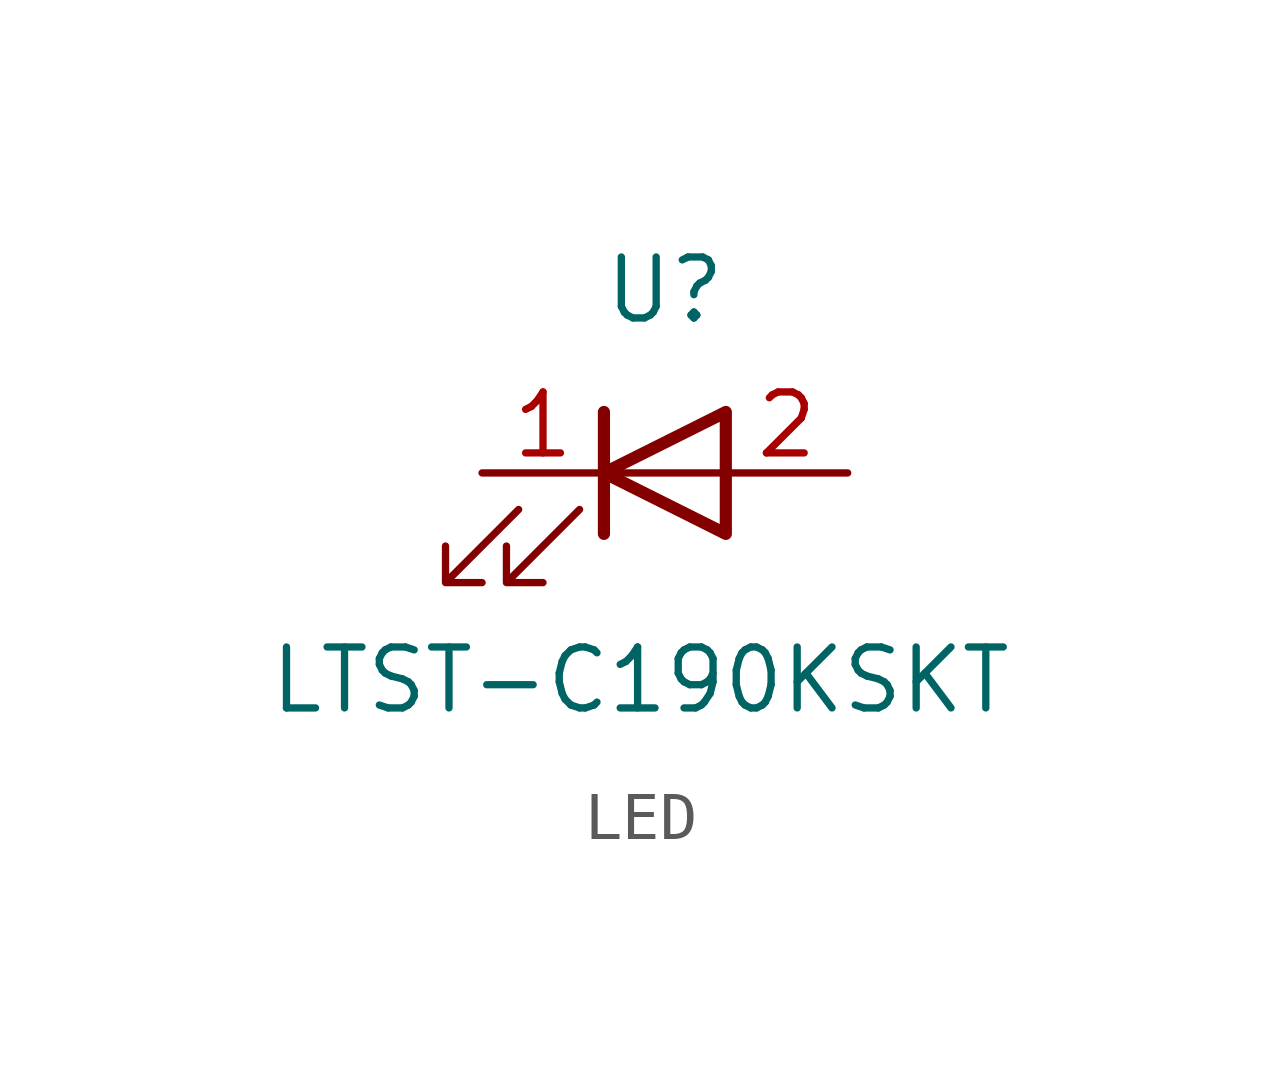
<source format=kicad_sym>
(kicad_symbol_lib
  (version 20241209)
  (generator "kicad_symbol_editor")
  (generator_version "9.0")
  (symbol "LED"
    (property "Reference" "U"
      (at 0 0 0)
      (effects (font (size 1.27 1.27))))
    (property "Value" "LTST-C190KSKT"
      (at -0.508 -8.128 0)
      (effects (font (size 1.27 1.27))))
    (symbol "LED_0_1"
      (polyline (pts (xy -3.048 -4.572) (xy -4.572 -6.096) (xy -3.81 -6.096) (xy -4.572 -6.096) (xy -4.572 -5.334)) (stroke (width 0) (type default)) (fill (type none)))
      (polyline (pts (xy -1.778 -4.572) (xy -3.302 -6.096) (xy -2.54 -6.096) (xy -3.302 -6.096) (xy -3.302 -5.334)) (stroke (width 0) (type default)) (fill (type none)))
      (polyline (pts (xy -1.27 -3.81) (xy 1.27 -3.81)) (stroke (width 0) (type default)) (fill (type none)))
      (polyline (pts (xy -1.27 -5.08) (xy -1.27 -2.54)) (stroke (width 0.254) (type default)) (fill (type none)))
      (polyline (pts (xy 1.27 -5.08) (xy 1.27 -2.54) (xy -1.27 -3.81) (xy 1.27 -5.08)) (stroke (width 0.254) (type default)) (fill (type none))))
    (symbol "LED_1_1"
      (pin passive line (at -3.81 -3.81 0) (length 2.54) (name "" (effects (font (size 1.27 1.27)))) (number "1" (effects (font (size 1.27 1.27)))))
      (pin passive line (at 3.81 -3.81 180) (length 2.54) (name "" (effects (font (size 1.27 1.27)))) (number "2" (effects (font (size 1.27 1.27))))))))
</source>
